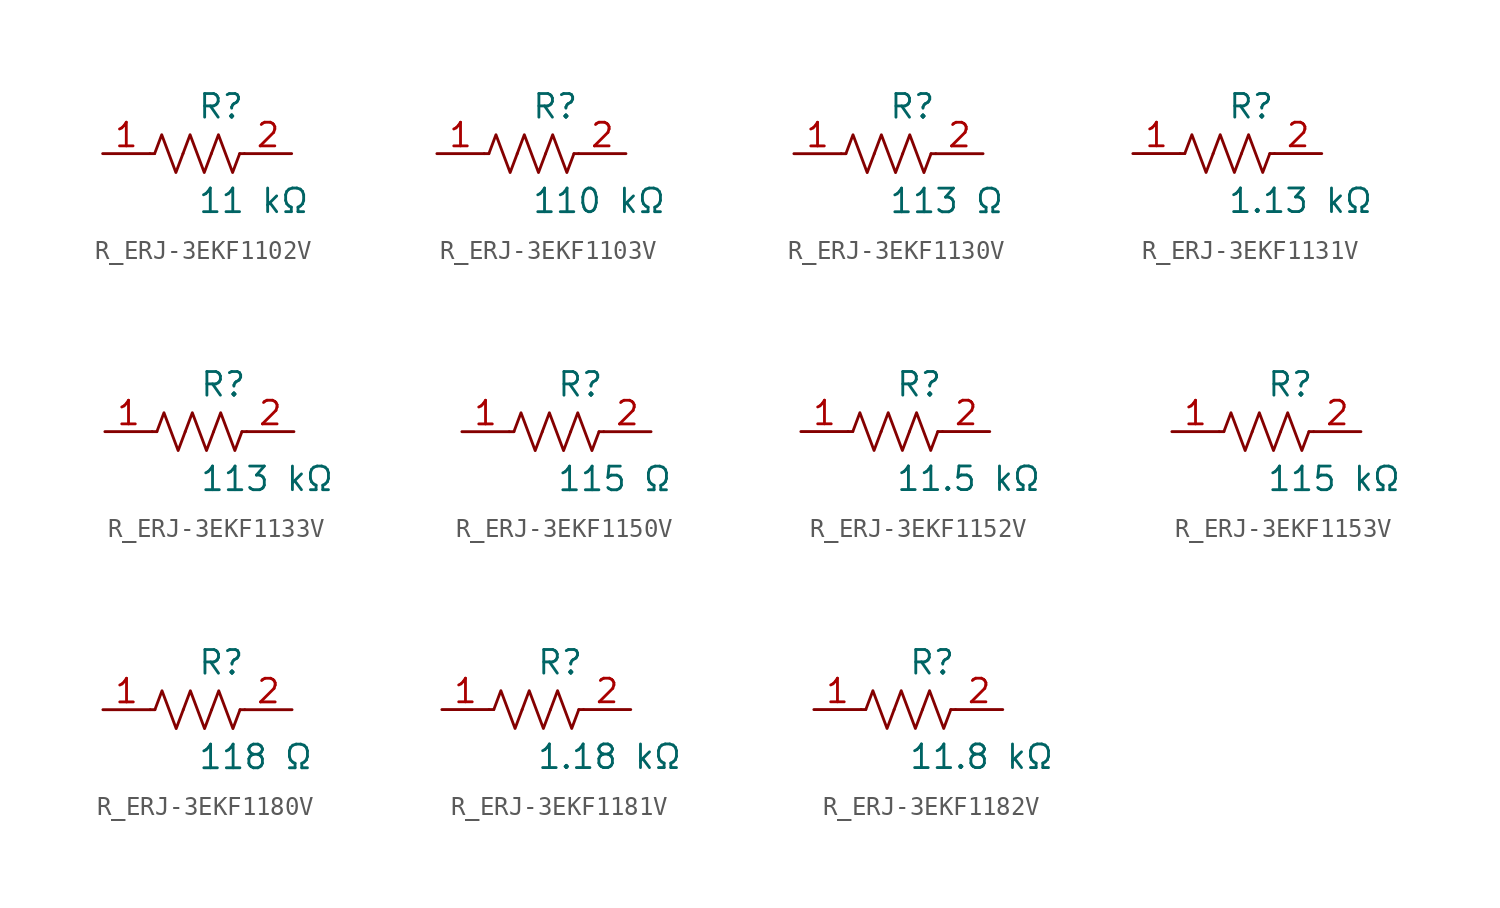
<source format=kicad_sym>
(kicad_symbol_lib
  (version 20231120)
  (generator kicad_symbol_editor)
  (generator_version 8.0)
  (symbol "R_ERJ-3EKF1102V"
    (pin_names
      (offset 0.254))
    (property "Reference" "R"
      (at 0.0 2.54 0)
      (effects (font (size 1.27 1.27)) (justify left)))
    (property "Value" "11 kΩ"
      (at 0.0 -2.54 0)
      (effects (font (size 1.27 1.27)) (justify left)))
    (symbol "R_ERJ-3EKF1102V_0_1"
      (polyline (pts (xy 2.286 0) (xy 2.54 0)) (stroke (width 0) (type default)) (fill (type none)))
      (polyline (pts (xy -2.286 0) (xy -2.54 0)) (stroke (width 0) (type default)) (fill (type none)))
      (polyline (pts (xy 0.762 0) (xy 1.143 1.016) (xy 1.524 0) (xy 1.905 -1.016) (xy 2.286 0)) (stroke (width 0) (type default)) (fill (type none)))
      (polyline (pts (xy -0.762 0) (xy -0.381 1.016) (xy 0 0) (xy 0.381 -1.016) (xy 0.762 0)) (stroke (width 0) (type default)) (fill (type none)))
      (polyline (pts (xy -2.286 0) (xy -1.905 1.016) (xy -1.524 0) (xy -1.143 -1.016) (xy -0.762 0)) (stroke (width 0) (type default)) (fill (type none))))
    (pin unspecified line
      (at -5.08 0 0)
      (length 2.54)
      (name "" (effects (font (size 1.27 1.27))))
      (number "1" (effects (font (size 1.27 1.27)))))
    (pin unspecified line
      (at 5.08 0 180)
      (length 2.54)
      (name "" (effects (font (size 1.27 1.27))))
      (number "2" (effects (font (size 1.27 1.27))))))
  (symbol "R_ERJ-3EKF1103V"
    (pin_names
      (offset 0.254))
    (property "Reference" "R"
      (at 0.0 2.54 0)
      (effects (font (size 1.27 1.27)) (justify left)))
    (property "Value" "110 kΩ"
      (at 0.0 -2.54 0)
      (effects (font (size 1.27 1.27)) (justify left)))
    (symbol "R_ERJ-3EKF1103V_0_1"
      (polyline (pts (xy 2.286 0) (xy 2.54 0)) (stroke (width 0) (type default)) (fill (type none)))
      (polyline (pts (xy -2.286 0) (xy -2.54 0)) (stroke (width 0) (type default)) (fill (type none)))
      (polyline (pts (xy 0.762 0) (xy 1.143 1.016) (xy 1.524 0) (xy 1.905 -1.016) (xy 2.286 0)) (stroke (width 0) (type default)) (fill (type none)))
      (polyline (pts (xy -0.762 0) (xy -0.381 1.016) (xy 0 0) (xy 0.381 -1.016) (xy 0.762 0)) (stroke (width 0) (type default)) (fill (type none)))
      (polyline (pts (xy -2.286 0) (xy -1.905 1.016) (xy -1.524 0) (xy -1.143 -1.016) (xy -0.762 0)) (stroke (width 0) (type default)) (fill (type none))))
    (pin unspecified line
      (at -5.08 0 0)
      (length 2.54)
      (name "" (effects (font (size 1.27 1.27))))
      (number "1" (effects (font (size 1.27 1.27)))))
    (pin unspecified line
      (at 5.08 0 180)
      (length 2.54)
      (name "" (effects (font (size 1.27 1.27))))
      (number "2" (effects (font (size 1.27 1.27))))))
  (symbol "R_ERJ-3EKF1130V"
    (pin_names
      (offset 0.254))
    (property "Reference" "R"
      (at 0.0 2.54 0)
      (effects (font (size 1.27 1.27)) (justify left)))
    (property "Value" "113 Ω"
      (at 0.0 -2.54 0)
      (effects (font (size 1.27 1.27)) (justify left)))
    (symbol "R_ERJ-3EKF1130V_0_1"
      (polyline (pts (xy 2.286 0) (xy 2.54 0)) (stroke (width 0) (type default)) (fill (type none)))
      (polyline (pts (xy -2.286 0) (xy -2.54 0)) (stroke (width 0) (type default)) (fill (type none)))
      (polyline (pts (xy 0.762 0) (xy 1.143 1.016) (xy 1.524 0) (xy 1.905 -1.016) (xy 2.286 0)) (stroke (width 0) (type default)) (fill (type none)))
      (polyline (pts (xy -0.762 0) (xy -0.381 1.016) (xy 0 0) (xy 0.381 -1.016) (xy 0.762 0)) (stroke (width 0) (type default)) (fill (type none)))
      (polyline (pts (xy -2.286 0) (xy -1.905 1.016) (xy -1.524 0) (xy -1.143 -1.016) (xy -0.762 0)) (stroke (width 0) (type default)) (fill (type none))))
    (pin unspecified line
      (at -5.08 0 0)
      (length 2.54)
      (name "" (effects (font (size 1.27 1.27))))
      (number "1" (effects (font (size 1.27 1.27)))))
    (pin unspecified line
      (at 5.08 0 180)
      (length 2.54)
      (name "" (effects (font (size 1.27 1.27))))
      (number "2" (effects (font (size 1.27 1.27))))))
  (symbol "R_ERJ-3EKF1131V"
    (pin_names
      (offset 0.254))
    (property "Reference" "R"
      (at 0.0 2.54 0)
      (effects (font (size 1.27 1.27)) (justify left)))
    (property "Value" "1.13 kΩ"
      (at 0.0 -2.54 0)
      (effects (font (size 1.27 1.27)) (justify left)))
    (symbol "R_ERJ-3EKF1131V_0_1"
      (polyline (pts (xy 2.286 0) (xy 2.54 0)) (stroke (width 0) (type default)) (fill (type none)))
      (polyline (pts (xy -2.286 0) (xy -2.54 0)) (stroke (width 0) (type default)) (fill (type none)))
      (polyline (pts (xy 0.762 0) (xy 1.143 1.016) (xy 1.524 0) (xy 1.905 -1.016) (xy 2.286 0)) (stroke (width 0) (type default)) (fill (type none)))
      (polyline (pts (xy -0.762 0) (xy -0.381 1.016) (xy 0 0) (xy 0.381 -1.016) (xy 0.762 0)) (stroke (width 0) (type default)) (fill (type none)))
      (polyline (pts (xy -2.286 0) (xy -1.905 1.016) (xy -1.524 0) (xy -1.143 -1.016) (xy -0.762 0)) (stroke (width 0) (type default)) (fill (type none))))
    (pin unspecified line
      (at -5.08 0 0)
      (length 2.54)
      (name "" (effects (font (size 1.27 1.27))))
      (number "1" (effects (font (size 1.27 1.27)))))
    (pin unspecified line
      (at 5.08 0 180)
      (length 2.54)
      (name "" (effects (font (size 1.27 1.27))))
      (number "2" (effects (font (size 1.27 1.27))))))
  (symbol "R_ERJ-3EKF1133V"
    (pin_names
      (offset 0.254))
    (property "Reference" "R"
      (at 0.0 2.54 0)
      (effects (font (size 1.27 1.27)) (justify left)))
    (property "Value" "113 kΩ"
      (at 0.0 -2.54 0)
      (effects (font (size 1.27 1.27)) (justify left)))
    (symbol "R_ERJ-3EKF1133V_0_1"
      (polyline (pts (xy 2.286 0) (xy 2.54 0)) (stroke (width 0) (type default)) (fill (type none)))
      (polyline (pts (xy -2.286 0) (xy -2.54 0)) (stroke (width 0) (type default)) (fill (type none)))
      (polyline (pts (xy 0.762 0) (xy 1.143 1.016) (xy 1.524 0) (xy 1.905 -1.016) (xy 2.286 0)) (stroke (width 0) (type default)) (fill (type none)))
      (polyline (pts (xy -0.762 0) (xy -0.381 1.016) (xy 0 0) (xy 0.381 -1.016) (xy 0.762 0)) (stroke (width 0) (type default)) (fill (type none)))
      (polyline (pts (xy -2.286 0) (xy -1.905 1.016) (xy -1.524 0) (xy -1.143 -1.016) (xy -0.762 0)) (stroke (width 0) (type default)) (fill (type none))))
    (pin unspecified line
      (at -5.08 0 0)
      (length 2.54)
      (name "" (effects (font (size 1.27 1.27))))
      (number "1" (effects (font (size 1.27 1.27)))))
    (pin unspecified line
      (at 5.08 0 180)
      (length 2.54)
      (name "" (effects (font (size 1.27 1.27))))
      (number "2" (effects (font (size 1.27 1.27))))))
  (symbol "R_ERJ-3EKF1150V"
    (pin_names
      (offset 0.254))
    (property "Reference" "R"
      (at 0.0 2.54 0)
      (effects (font (size 1.27 1.27)) (justify left)))
    (property "Value" "115 Ω"
      (at 0.0 -2.54 0)
      (effects (font (size 1.27 1.27)) (justify left)))
    (symbol "R_ERJ-3EKF1150V_0_1"
      (polyline (pts (xy 2.286 0) (xy 2.54 0)) (stroke (width 0) (type default)) (fill (type none)))
      (polyline (pts (xy -2.286 0) (xy -2.54 0)) (stroke (width 0) (type default)) (fill (type none)))
      (polyline (pts (xy 0.762 0) (xy 1.143 1.016) (xy 1.524 0) (xy 1.905 -1.016) (xy 2.286 0)) (stroke (width 0) (type default)) (fill (type none)))
      (polyline (pts (xy -0.762 0) (xy -0.381 1.016) (xy 0 0) (xy 0.381 -1.016) (xy 0.762 0)) (stroke (width 0) (type default)) (fill (type none)))
      (polyline (pts (xy -2.286 0) (xy -1.905 1.016) (xy -1.524 0) (xy -1.143 -1.016) (xy -0.762 0)) (stroke (width 0) (type default)) (fill (type none))))
    (pin unspecified line
      (at -5.08 0 0)
      (length 2.54)
      (name "" (effects (font (size 1.27 1.27))))
      (number "1" (effects (font (size 1.27 1.27)))))
    (pin unspecified line
      (at 5.08 0 180)
      (length 2.54)
      (name "" (effects (font (size 1.27 1.27))))
      (number "2" (effects (font (size 1.27 1.27))))))
  (symbol "R_ERJ-3EKF1152V"
    (pin_names
      (offset 0.254))
    (property "Reference" "R"
      (at 0.0 2.54 0)
      (effects (font (size 1.27 1.27)) (justify left)))
    (property "Value" "11.5 kΩ"
      (at 0.0 -2.54 0)
      (effects (font (size 1.27 1.27)) (justify left)))
    (symbol "R_ERJ-3EKF1152V_0_1"
      (polyline (pts (xy 2.286 0) (xy 2.54 0)) (stroke (width 0) (type default)) (fill (type none)))
      (polyline (pts (xy -2.286 0) (xy -2.54 0)) (stroke (width 0) (type default)) (fill (type none)))
      (polyline (pts (xy 0.762 0) (xy 1.143 1.016) (xy 1.524 0) (xy 1.905 -1.016) (xy 2.286 0)) (stroke (width 0) (type default)) (fill (type none)))
      (polyline (pts (xy -0.762 0) (xy -0.381 1.016) (xy 0 0) (xy 0.381 -1.016) (xy 0.762 0)) (stroke (width 0) (type default)) (fill (type none)))
      (polyline (pts (xy -2.286 0) (xy -1.905 1.016) (xy -1.524 0) (xy -1.143 -1.016) (xy -0.762 0)) (stroke (width 0) (type default)) (fill (type none))))
    (pin unspecified line
      (at -5.08 0 0)
      (length 2.54)
      (name "" (effects (font (size 1.27 1.27))))
      (number "1" (effects (font (size 1.27 1.27)))))
    (pin unspecified line
      (at 5.08 0 180)
      (length 2.54)
      (name "" (effects (font (size 1.27 1.27))))
      (number "2" (effects (font (size 1.27 1.27))))))
  (symbol "R_ERJ-3EKF1153V"
    (pin_names
      (offset 0.254))
    (property "Reference" "R"
      (at 0.0 2.54 0)
      (effects (font (size 1.27 1.27)) (justify left)))
    (property "Value" "115 kΩ"
      (at 0.0 -2.54 0)
      (effects (font (size 1.27 1.27)) (justify left)))
    (symbol "R_ERJ-3EKF1153V_0_1"
      (polyline (pts (xy 2.286 0) (xy 2.54 0)) (stroke (width 0) (type default)) (fill (type none)))
      (polyline (pts (xy -2.286 0) (xy -2.54 0)) (stroke (width 0) (type default)) (fill (type none)))
      (polyline (pts (xy 0.762 0) (xy 1.143 1.016) (xy 1.524 0) (xy 1.905 -1.016) (xy 2.286 0)) (stroke (width 0) (type default)) (fill (type none)))
      (polyline (pts (xy -0.762 0) (xy -0.381 1.016) (xy 0 0) (xy 0.381 -1.016) (xy 0.762 0)) (stroke (width 0) (type default)) (fill (type none)))
      (polyline (pts (xy -2.286 0) (xy -1.905 1.016) (xy -1.524 0) (xy -1.143 -1.016) (xy -0.762 0)) (stroke (width 0) (type default)) (fill (type none))))
    (pin unspecified line
      (at -5.08 0 0)
      (length 2.54)
      (name "" (effects (font (size 1.27 1.27))))
      (number "1" (effects (font (size 1.27 1.27)))))
    (pin unspecified line
      (at 5.08 0 180)
      (length 2.54)
      (name "" (effects (font (size 1.27 1.27))))
      (number "2" (effects (font (size 1.27 1.27))))))
  (symbol "R_ERJ-3EKF1180V"
    (pin_names
      (offset 0.254))
    (property "Reference" "R"
      (at 0.0 2.54 0)
      (effects (font (size 1.27 1.27)) (justify left)))
    (property "Value" "118 Ω"
      (at 0.0 -2.54 0)
      (effects (font (size 1.27 1.27)) (justify left)))
    (symbol "R_ERJ-3EKF1180V_0_1"
      (polyline (pts (xy 2.286 0) (xy 2.54 0)) (stroke (width 0) (type default)) (fill (type none)))
      (polyline (pts (xy -2.286 0) (xy -2.54 0)) (stroke (width 0) (type default)) (fill (type none)))
      (polyline (pts (xy 0.762 0) (xy 1.143 1.016) (xy 1.524 0) (xy 1.905 -1.016) (xy 2.286 0)) (stroke (width 0) (type default)) (fill (type none)))
      (polyline (pts (xy -0.762 0) (xy -0.381 1.016) (xy 0 0) (xy 0.381 -1.016) (xy 0.762 0)) (stroke (width 0) (type default)) (fill (type none)))
      (polyline (pts (xy -2.286 0) (xy -1.905 1.016) (xy -1.524 0) (xy -1.143 -1.016) (xy -0.762 0)) (stroke (width 0) (type default)) (fill (type none))))
    (pin unspecified line
      (at -5.08 0 0)
      (length 2.54)
      (name "" (effects (font (size 1.27 1.27))))
      (number "1" (effects (font (size 1.27 1.27)))))
    (pin unspecified line
      (at 5.08 0 180)
      (length 2.54)
      (name "" (effects (font (size 1.27 1.27))))
      (number "2" (effects (font (size 1.27 1.27))))))
  (symbol "R_ERJ-3EKF1181V"
    (pin_names
      (offset 0.254))
    (property "Reference" "R"
      (at 0.0 2.54 0)
      (effects (font (size 1.27 1.27)) (justify left)))
    (property "Value" "1.18 kΩ"
      (at 0.0 -2.54 0)
      (effects (font (size 1.27 1.27)) (justify left)))
    (symbol "R_ERJ-3EKF1181V_0_1"
      (polyline (pts (xy 2.286 0) (xy 2.54 0)) (stroke (width 0) (type default)) (fill (type none)))
      (polyline (pts (xy -2.286 0) (xy -2.54 0)) (stroke (width 0) (type default)) (fill (type none)))
      (polyline (pts (xy 0.762 0) (xy 1.143 1.016) (xy 1.524 0) (xy 1.905 -1.016) (xy 2.286 0)) (stroke (width 0) (type default)) (fill (type none)))
      (polyline (pts (xy -0.762 0) (xy -0.381 1.016) (xy 0 0) (xy 0.381 -1.016) (xy 0.762 0)) (stroke (width 0) (type default)) (fill (type none)))
      (polyline (pts (xy -2.286 0) (xy -1.905 1.016) (xy -1.524 0) (xy -1.143 -1.016) (xy -0.762 0)) (stroke (width 0) (type default)) (fill (type none))))
    (pin unspecified line
      (at -5.08 0 0)
      (length 2.54)
      (name "" (effects (font (size 1.27 1.27))))
      (number "1" (effects (font (size 1.27 1.27)))))
    (pin unspecified line
      (at 5.08 0 180)
      (length 2.54)
      (name "" (effects (font (size 1.27 1.27))))
      (number "2" (effects (font (size 1.27 1.27))))))
  (symbol "R_ERJ-3EKF1182V"
    (pin_names
      (offset 0.254))
    (property "Reference" "R"
      (at 0.0 2.54 0)
      (effects (font (size 1.27 1.27)) (justify left)))
    (property "Value" "11.8 kΩ"
      (at 0.0 -2.54 0)
      (effects (font (size 1.27 1.27)) (justify left)))
    (symbol "R_ERJ-3EKF1182V_0_1"
      (polyline (pts (xy 2.286 0) (xy 2.54 0)) (stroke (width 0) (type default)) (fill (type none)))
      (polyline (pts (xy -2.286 0) (xy -2.54 0)) (stroke (width 0) (type default)) (fill (type none)))
      (polyline (pts (xy 0.762 0) (xy 1.143 1.016) (xy 1.524 0) (xy 1.905 -1.016) (xy 2.286 0)) (stroke (width 0) (type default)) (fill (type none)))
      (polyline (pts (xy -0.762 0) (xy -0.381 1.016) (xy 0 0) (xy 0.381 -1.016) (xy 0.762 0)) (stroke (width 0) (type default)) (fill (type none)))
      (polyline (pts (xy -2.286 0) (xy -1.905 1.016) (xy -1.524 0) (xy -1.143 -1.016) (xy -0.762 0)) (stroke (width 0) (type default)) (fill (type none))))
    (pin unspecified line
      (at -5.08 0 0)
      (length 2.54)
      (name "" (effects (font (size 1.27 1.27))))
      (number "1" (effects (font (size 1.27 1.27)))))
    (pin unspecified line
      (at 5.08 0 180)
      (length 2.54)
      (name "" (effects (font (size 1.27 1.27))))
      (number "2" (effects (font (size 1.27 1.27)))))))
</source>
